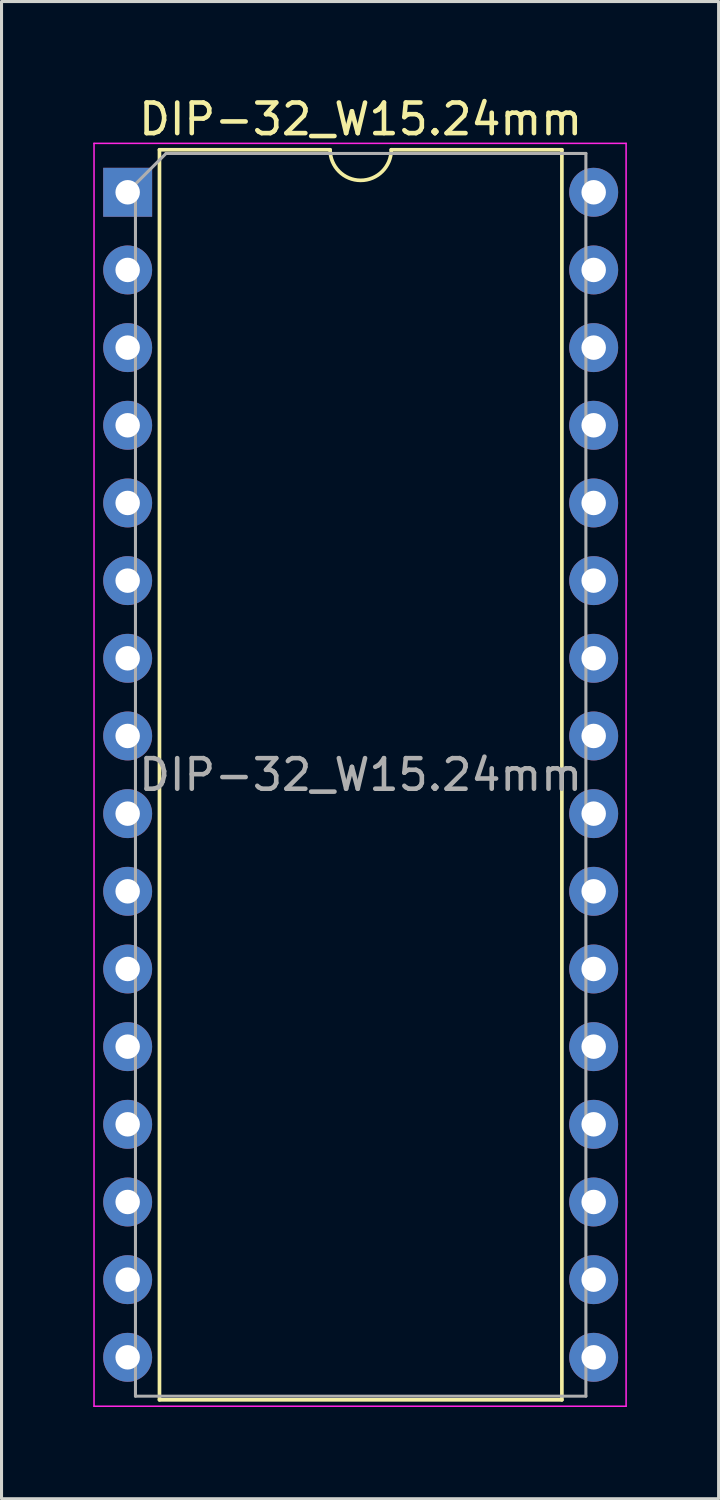
<source format=kicad_pcb>
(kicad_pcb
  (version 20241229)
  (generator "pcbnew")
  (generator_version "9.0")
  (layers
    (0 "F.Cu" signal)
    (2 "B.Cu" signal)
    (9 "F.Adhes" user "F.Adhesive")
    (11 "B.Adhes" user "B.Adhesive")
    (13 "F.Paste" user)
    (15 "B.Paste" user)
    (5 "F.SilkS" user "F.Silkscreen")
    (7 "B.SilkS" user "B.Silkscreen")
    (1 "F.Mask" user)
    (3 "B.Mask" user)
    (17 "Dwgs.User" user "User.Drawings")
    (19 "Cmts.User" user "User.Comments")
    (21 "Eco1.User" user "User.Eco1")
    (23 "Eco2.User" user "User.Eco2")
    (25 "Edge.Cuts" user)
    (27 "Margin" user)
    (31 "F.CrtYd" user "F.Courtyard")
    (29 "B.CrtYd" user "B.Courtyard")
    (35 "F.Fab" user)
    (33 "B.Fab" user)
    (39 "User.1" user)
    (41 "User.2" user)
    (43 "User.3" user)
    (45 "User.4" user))
  (footprint "DIP-32_W15.24mm"
    (layer "F.Cu")
    (at 1.125 3.238)
    (property "Reference" "DIP-32_W15.24mm" (at 7.62 -2.39 0) (layer "F.SilkS") (effects (font (size 1 1) (thickness 0.15))))
    (attr through_hole)
    (fp_line (start 1.04 -1.39) (end 1.04 39.49) (stroke (width 0.12) (type solid)) (layer "F.SilkS"))
    (fp_line (start 1.04 39.49) (end 14.2 39.49) (stroke (width 0.12) (type solid)) (layer "F.SilkS"))
    (fp_line (start 6.62 -1.39) (end 1.04 -1.39) (stroke (width 0.12) (type solid)) (layer "F.SilkS"))
    (fp_line (start 14.2 -1.39) (end 8.62 -1.39) (stroke (width 0.12) (type solid)) (layer "F.SilkS"))
    (fp_line (start 14.2 39.49) (end 14.2 -1.39) (stroke (width 0.12) (type solid)) (layer "F.SilkS"))
    (fp_arc (start 8.62 -1.39) (mid 7.62 -0.39) (end 6.62 -1.39) (stroke (width 0.12) (type solid)) (layer "F.SilkS"))
    (fp_line (start -1.1 -1.6) (end -1.1 39.7) (stroke (width 0.05) (type solid)) (layer "F.CrtYd"))
    (fp_line (start -1.1 39.7) (end 16.3 39.7) (stroke (width 0.05) (type solid)) (layer "F.CrtYd"))
    (fp_line (start 16.3 -1.6) (end -1.1 -1.6) (stroke (width 0.05) (type solid)) (layer "F.CrtYd"))
    (fp_line (start 16.3 39.7) (end 16.3 -1.6) (stroke (width 0.05) (type solid)) (layer "F.CrtYd"))
    (fp_line (start 0.255 -0.27) (end 1.255 -1.27) (stroke (width 0.1) (type solid)) (layer "F.Fab"))
    (fp_line (start 0.255 39.37) (end 0.255 -0.27) (stroke (width 0.1) (type solid)) (layer "F.Fab"))
    (fp_line (start 1.255 -1.27) (end 14.985 -1.27) (stroke (width 0.1) (type solid)) (layer "F.Fab"))
    (fp_line (start 14.985 -1.27) (end 14.985 39.37) (stroke (width 0.1) (type solid)) (layer "F.Fab"))
    (fp_line (start 14.985 39.37) (end 0.255 39.37) (stroke (width 0.1) (type solid)) (layer "F.Fab"))
    (fp_text user "${REFERENCE}" (at 7.62 19.05 0) (layer "F.Fab") (effects (font (size 1 1) (thickness 0.15))))
    (pad "1" thru_hole rect (at 0 0) (size 1.6 1.6) (drill 0.8) (layers "*.Cu" "*.Mask"))
    (pad "2" thru_hole oval (at 0 2.54) (size 1.6 1.6) (drill 0.8) (layers "*.Cu" "*.Mask"))
    (pad "3" thru_hole oval (at 0 5.08) (size 1.6 1.6) (drill 0.8) (layers "*.Cu" "*.Mask"))
    (pad "4" thru_hole oval (at 0 7.62) (size 1.6 1.6) (drill 0.8) (layers "*.Cu" "*.Mask"))
    (pad "5" thru_hole oval (at 0 10.16) (size 1.6 1.6) (drill 0.8) (layers "*.Cu" "*.Mask"))
    (pad "6" thru_hole oval (at 0 12.7) (size 1.6 1.6) (drill 0.8) (layers "*.Cu" "*.Mask"))
    (pad "7" thru_hole oval (at 0 15.24) (size 1.6 1.6) (drill 0.8) (layers "*.Cu" "*.Mask"))
    (pad "8" thru_hole oval (at 0 17.78) (size 1.6 1.6) (drill 0.8) (layers "*.Cu" "*.Mask"))
    (pad "9" thru_hole oval (at 0 20.32) (size 1.6 1.6) (drill 0.8) (layers "*.Cu" "*.Mask"))
    (pad "10" thru_hole oval (at 0 22.86) (size 1.6 1.6) (drill 0.8) (layers "*.Cu" "*.Mask"))
    (pad "11" thru_hole oval (at 0 25.4) (size 1.6 1.6) (drill 0.8) (layers "*.Cu" "*.Mask"))
    (pad "12" thru_hole oval (at 0 27.94) (size 1.6 1.6) (drill 0.8) (layers "*.Cu" "*.Mask"))
    (pad "13" thru_hole oval (at 0 30.48) (size 1.6 1.6) (drill 0.8) (layers "*.Cu" "*.Mask"))
    (pad "14" thru_hole oval (at 0 33.02) (size 1.6 1.6) (drill 0.8) (layers "*.Cu" "*.Mask"))
    (pad "15" thru_hole oval (at 0 35.56) (size 1.6 1.6) (drill 0.8) (layers "*.Cu" "*.Mask"))
    (pad "16" thru_hole oval (at 0 38.1) (size 1.6 1.6) (drill 0.8) (layers "*.Cu" "*.Mask"))
    (pad "17" thru_hole oval (at 15.24 38.1) (size 1.6 1.6) (drill 0.8) (layers "*.Cu" "*.Mask"))
    (pad "18" thru_hole oval (at 15.24 35.56) (size 1.6 1.6) (drill 0.8) (layers "*.Cu" "*.Mask"))
    (pad "19" thru_hole oval (at 15.24 33.02) (size 1.6 1.6) (drill 0.8) (layers "*.Cu" "*.Mask"))
    (pad "20" thru_hole oval (at 15.24 30.48) (size 1.6 1.6) (drill 0.8) (layers "*.Cu" "*.Mask"))
    (pad "21" thru_hole oval (at 15.24 27.94) (size 1.6 1.6) (drill 0.8) (layers "*.Cu" "*.Mask"))
    (pad "22" thru_hole oval (at 15.24 25.4) (size 1.6 1.6) (drill 0.8) (layers "*.Cu" "*.Mask"))
    (pad "23" thru_hole oval (at 15.24 22.86) (size 1.6 1.6) (drill 0.8) (layers "*.Cu" "*.Mask"))
    (pad "24" thru_hole oval (at 15.24 20.32) (size 1.6 1.6) (drill 0.8) (layers "*.Cu" "*.Mask"))
    (pad "25" thru_hole oval (at 15.24 17.78) (size 1.6 1.6) (drill 0.8) (layers "*.Cu" "*.Mask"))
    (pad "26" thru_hole oval (at 15.24 15.24) (size 1.6 1.6) (drill 0.8) (layers "*.Cu" "*.Mask"))
    (pad "27" thru_hole oval (at 15.24 12.7) (size 1.6 1.6) (drill 0.8) (layers "*.Cu" "*.Mask"))
    (pad "28" thru_hole oval (at 15.24 10.16) (size 1.6 1.6) (drill 0.8) (layers "*.Cu" "*.Mask"))
    (pad "29" thru_hole oval (at 15.24 7.62) (size 1.6 1.6) (drill 0.8) (layers "*.Cu" "*.Mask"))
    (pad "30" thru_hole oval (at 15.24 5.08) (size 1.6 1.6) (drill 0.8) (layers "*.Cu" "*.Mask"))
    (pad "31" thru_hole oval (at 15.24 2.54) (size 1.6 1.6) (drill 0.8) (layers "*.Cu" "*.Mask"))
    (pad "32" thru_hole oval (at 15.24 0) (size 1.6 1.6) (drill 0.8) (layers "*.Cu" "*.Mask")))
  (gr_rect
    (start -3 -3)
    (end 20.45 45.963)
    (stroke (width 0.1) (type default))
    (fill no)
    (layer "Edge.Cuts")))
</source>
